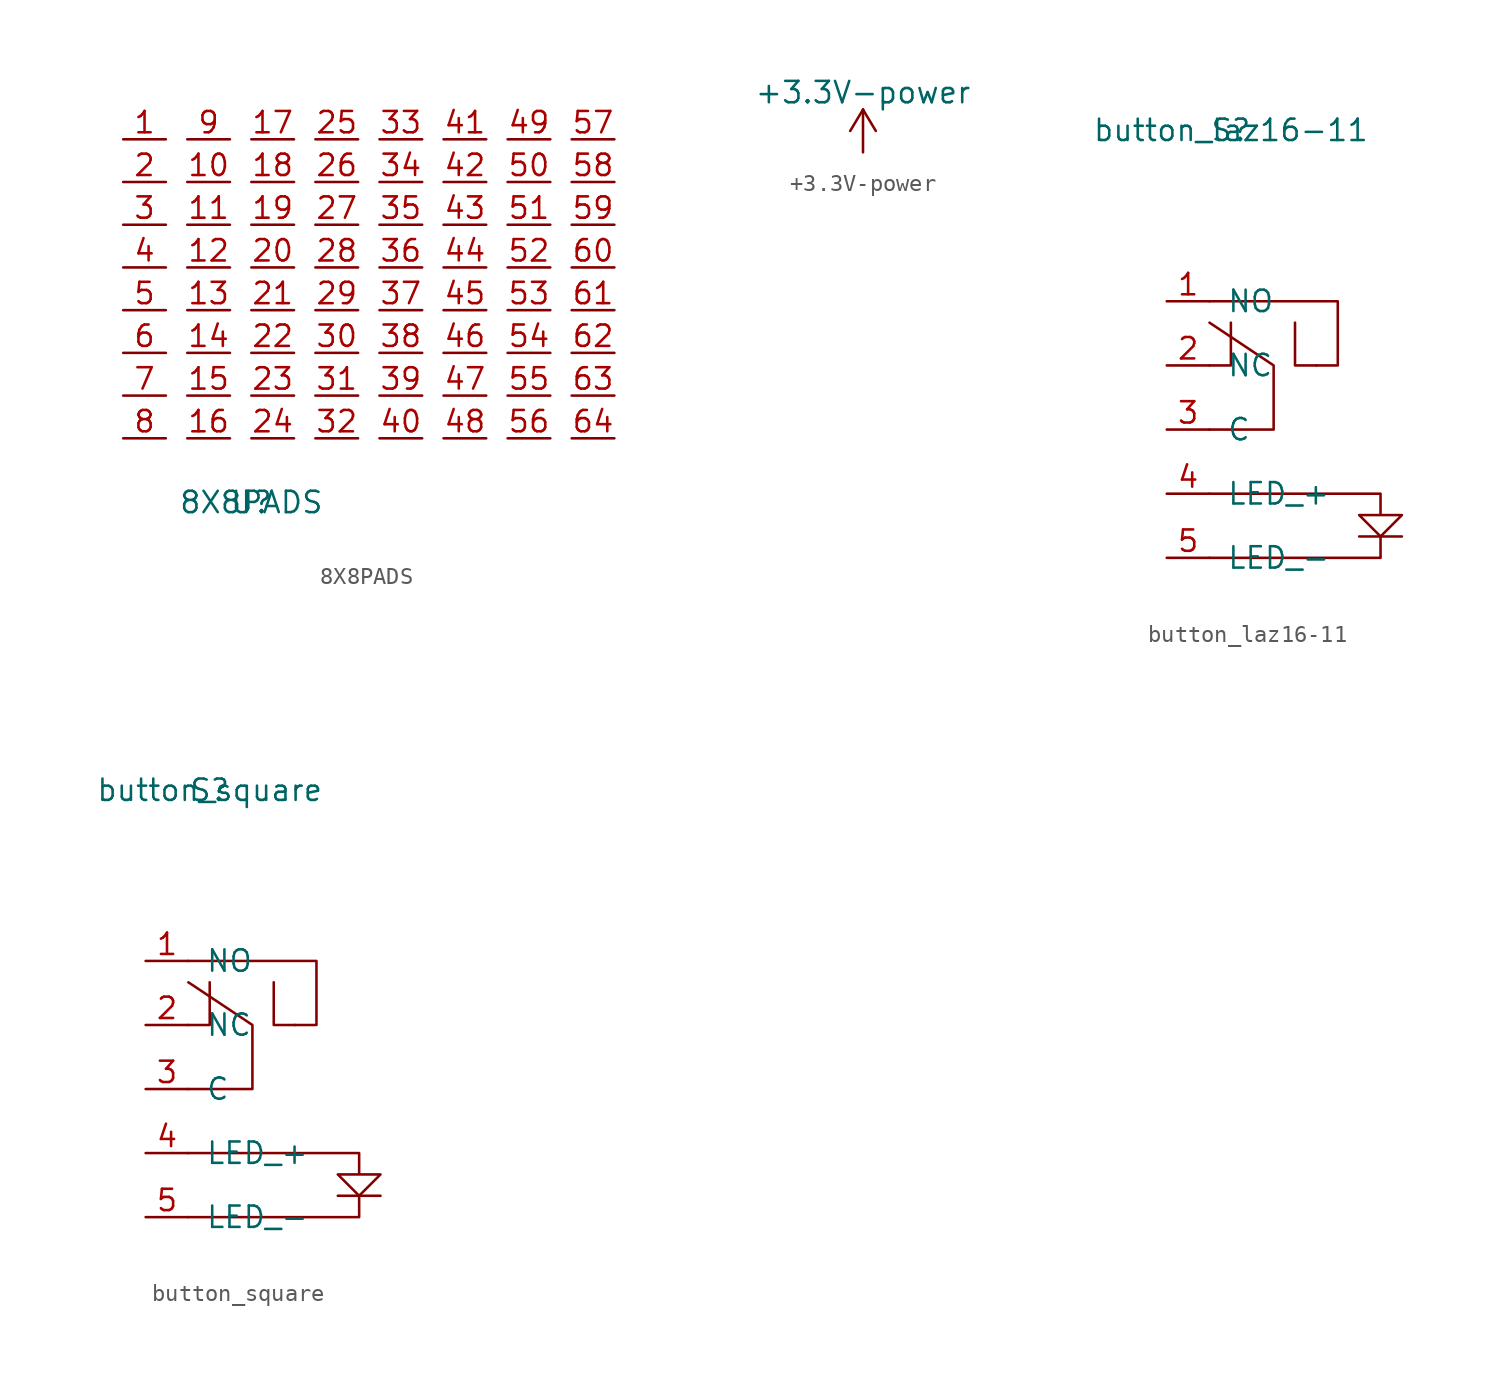
<source format=kicad_sym>
(kicad_symbol_lib
  (version 20211014)
  (generator kicad_symbol_editor)
  (symbol "8X8PADS"
    (pin_names
      (offset 1.016))
    (property "Reference" "U"
      (at 0 0 0)
      (effects (font (size 1.27 1.27))))
    (property "Value" "8X8PADS"
      (at 0 0 0)
      (effects (font (size 1.27 1.27))))
    (symbol "8X8PADS_1_1"
      (pin unspecified line (at -7.62 21.59 0) (length 2.54) (name "~" (effects (font (size 1.27 1.27)))) (number "1" (effects (font (size 1.27 1.27)))))
      (pin unspecified line (at -3.81 19.05 0) (length 2.54) (name "~" (effects (font (size 1.27 1.27)))) (number "10" (effects (font (size 1.27 1.27)))))
      (pin unspecified line (at -3.81 16.51 0) (length 2.54) (name "~" (effects (font (size 1.27 1.27)))) (number "11" (effects (font (size 1.27 1.27)))))
      (pin unspecified line (at -3.81 13.97 0) (length 2.54) (name "~" (effects (font (size 1.27 1.27)))) (number "12" (effects (font (size 1.27 1.27)))))
      (pin unspecified line (at -3.81 11.43 0) (length 2.54) (name "~" (effects (font (size 1.27 1.27)))) (number "13" (effects (font (size 1.27 1.27)))))
      (pin unspecified line (at -3.81 8.89 0) (length 2.54) (name "~" (effects (font (size 1.27 1.27)))) (number "14" (effects (font (size 1.27 1.27)))))
      (pin unspecified line (at -3.81 6.35 0) (length 2.54) (name "~" (effects (font (size 1.27 1.27)))) (number "15" (effects (font (size 1.27 1.27)))))
      (pin unspecified line (at -3.81 3.81 0) (length 2.54) (name "~" (effects (font (size 1.27 1.27)))) (number "16" (effects (font (size 1.27 1.27)))))
      (pin unspecified line (at 0 21.59 0) (length 2.54) (name "~" (effects (font (size 1.27 1.27)))) (number "17" (effects (font (size 1.27 1.27)))))
      (pin unspecified line (at 0 19.05 0) (length 2.54) (name "~" (effects (font (size 1.27 1.27)))) (number "18" (effects (font (size 1.27 1.27)))))
      (pin unspecified line (at 0 16.51 0) (length 2.54) (name "~" (effects (font (size 1.27 1.27)))) (number "19" (effects (font (size 1.27 1.27)))))
      (pin unspecified line (at -7.62 19.05 0) (length 2.54) (name "~" (effects (font (size 1.27 1.27)))) (number "2" (effects (font (size 1.27 1.27)))))
      (pin unspecified line (at 0 13.97 0) (length 2.54) (name "~" (effects (font (size 1.27 1.27)))) (number "20" (effects (font (size 1.27 1.27)))))
      (pin unspecified line (at 0 11.43 0) (length 2.54) (name "~" (effects (font (size 1.27 1.27)))) (number "21" (effects (font (size 1.27 1.27)))))
      (pin unspecified line (at 0 8.89 0) (length 2.54) (name "~" (effects (font (size 1.27 1.27)))) (number "22" (effects (font (size 1.27 1.27)))))
      (pin unspecified line (at 0 6.35 0) (length 2.54) (name "~" (effects (font (size 1.27 1.27)))) (number "23" (effects (font (size 1.27 1.27)))))
      (pin unspecified line (at 0 3.81 0) (length 2.54) (name "~" (effects (font (size 1.27 1.27)))) (number "24" (effects (font (size 1.27 1.27)))))
      (pin unspecified line (at 3.81 21.59 0) (length 2.54) (name "~" (effects (font (size 1.27 1.27)))) (number "25" (effects (font (size 1.27 1.27)))))
      (pin unspecified line (at 3.81 19.05 0) (length 2.54) (name "~" (effects (font (size 1.27 1.27)))) (number "26" (effects (font (size 1.27 1.27)))))
      (pin unspecified line (at 3.81 16.51 0) (length 2.54) (name "~" (effects (font (size 1.27 1.27)))) (number "27" (effects (font (size 1.27 1.27)))))
      (pin unspecified line (at 3.81 13.97 0) (length 2.54) (name "~" (effects (font (size 1.27 1.27)))) (number "28" (effects (font (size 1.27 1.27)))))
      (pin unspecified line (at 3.81 11.43 0) (length 2.54) (name "~" (effects (font (size 1.27 1.27)))) (number "29" (effects (font (size 1.27 1.27)))))
      (pin unspecified line (at -7.62 16.51 0) (length 2.54) (name "~" (effects (font (size 1.27 1.27)))) (number "3" (effects (font (size 1.27 1.27)))))
      (pin unspecified line (at 3.81 8.89 0) (length 2.54) (name "~" (effects (font (size 1.27 1.27)))) (number "30" (effects (font (size 1.27 1.27)))))
      (pin unspecified line (at 3.81 6.35 0) (length 2.54) (name "~" (effects (font (size 1.27 1.27)))) (number "31" (effects (font (size 1.27 1.27)))))
      (pin unspecified line (at 3.81 3.81 0) (length 2.54) (name "~" (effects (font (size 1.27 1.27)))) (number "32" (effects (font (size 1.27 1.27)))))
      (pin unspecified line (at 7.62 21.59 0) (length 2.54) (name "~" (effects (font (size 1.27 1.27)))) (number "33" (effects (font (size 1.27 1.27)))))
      (pin unspecified line (at 7.62 19.05 0) (length 2.54) (name "~" (effects (font (size 1.27 1.27)))) (number "34" (effects (font (size 1.27 1.27)))))
      (pin unspecified line (at 7.62 16.51 0) (length 2.54) (name "~" (effects (font (size 1.27 1.27)))) (number "35" (effects (font (size 1.27 1.27)))))
      (pin unspecified line (at 7.62 13.97 0) (length 2.54) (name "~" (effects (font (size 1.27 1.27)))) (number "36" (effects (font (size 1.27 1.27)))))
      (pin unspecified line (at 7.62 11.43 0) (length 2.54) (name "~" (effects (font (size 1.27 1.27)))) (number "37" (effects (font (size 1.27 1.27)))))
      (pin unspecified line (at 7.62 8.89 0) (length 2.54) (name "~" (effects (font (size 1.27 1.27)))) (number "38" (effects (font (size 1.27 1.27)))))
      (pin unspecified line (at 7.62 6.35 0) (length 2.54) (name "~" (effects (font (size 1.27 1.27)))) (number "39" (effects (font (size 1.27 1.27)))))
      (pin unspecified line (at -7.62 13.97 0) (length 2.54) (name "~" (effects (font (size 1.27 1.27)))) (number "4" (effects (font (size 1.27 1.27)))))
      (pin unspecified line (at 7.62 3.81 0) (length 2.54) (name "~" (effects (font (size 1.27 1.27)))) (number "40" (effects (font (size 1.27 1.27)))))
      (pin unspecified line (at 11.43 21.59 0) (length 2.54) (name "~" (effects (font (size 1.27 1.27)))) (number "41" (effects (font (size 1.27 1.27)))))
      (pin unspecified line (at 11.43 19.05 0) (length 2.54) (name "~" (effects (font (size 1.27 1.27)))) (number "42" (effects (font (size 1.27 1.27)))))
      (pin unspecified line (at 11.43 16.51 0) (length 2.54) (name "~" (effects (font (size 1.27 1.27)))) (number "43" (effects (font (size 1.27 1.27)))))
      (pin unspecified line (at 11.43 13.97 0) (length 2.54) (name "~" (effects (font (size 1.27 1.27)))) (number "44" (effects (font (size 1.27 1.27)))))
      (pin unspecified line (at 11.43 11.43 0) (length 2.54) (name "~" (effects (font (size 1.27 1.27)))) (number "45" (effects (font (size 1.27 1.27)))))
      (pin unspecified line (at 11.43 8.89 0) (length 2.54) (name "~" (effects (font (size 1.27 1.27)))) (number "46" (effects (font (size 1.27 1.27)))))
      (pin unspecified line (at 11.43 6.35 0) (length 2.54) (name "~" (effects (font (size 1.27 1.27)))) (number "47" (effects (font (size 1.27 1.27)))))
      (pin unspecified line (at 11.43 3.81 0) (length 2.54) (name "~" (effects (font (size 1.27 1.27)))) (number "48" (effects (font (size 1.27 1.27)))))
      (pin unspecified line (at 15.24 21.59 0) (length 2.54) (name "~" (effects (font (size 1.27 1.27)))) (number "49" (effects (font (size 1.27 1.27)))))
      (pin unspecified line (at -7.62 11.43 0) (length 2.54) (name "~" (effects (font (size 1.27 1.27)))) (number "5" (effects (font (size 1.27 1.27)))))
      (pin unspecified line (at 15.24 19.05 0) (length 2.54) (name "~" (effects (font (size 1.27 1.27)))) (number "50" (effects (font (size 1.27 1.27)))))
      (pin unspecified line (at 15.24 16.51 0) (length 2.54) (name "~" (effects (font (size 1.27 1.27)))) (number "51" (effects (font (size 1.27 1.27)))))
      (pin unspecified line (at 15.24 13.97 0) (length 2.54) (name "~" (effects (font (size 1.27 1.27)))) (number "52" (effects (font (size 1.27 1.27)))))
      (pin unspecified line (at 15.24 11.43 0) (length 2.54) (name "~" (effects (font (size 1.27 1.27)))) (number "53" (effects (font (size 1.27 1.27)))))
      (pin unspecified line (at 15.24 8.89 0) (length 2.54) (name "~" (effects (font (size 1.27 1.27)))) (number "54" (effects (font (size 1.27 1.27)))))
      (pin unspecified line (at 15.24 6.35 0) (length 2.54) (name "~" (effects (font (size 1.27 1.27)))) (number "55" (effects (font (size 1.27 1.27)))))
      (pin unspecified line (at 15.24 3.81 0) (length 2.54) (name "~" (effects (font (size 1.27 1.27)))) (number "56" (effects (font (size 1.27 1.27)))))
      (pin unspecified line (at 19.05 21.59 0) (length 2.54) (name "~" (effects (font (size 1.27 1.27)))) (number "57" (effects (font (size 1.27 1.27)))))
      (pin unspecified line (at 19.05 19.05 0) (length 2.54) (name "~" (effects (font (size 1.27 1.27)))) (number "58" (effects (font (size 1.27 1.27)))))
      (pin unspecified line (at 19.05 16.51 0) (length 2.54) (name "~" (effects (font (size 1.27 1.27)))) (number "59" (effects (font (size 1.27 1.27)))))
      (pin unspecified line (at -7.62 8.89 0) (length 2.54) (name "~" (effects (font (size 1.27 1.27)))) (number "6" (effects (font (size 1.27 1.27)))))
      (pin unspecified line (at 19.05 13.97 0) (length 2.54) (name "~" (effects (font (size 1.27 1.27)))) (number "60" (effects (font (size 1.27 1.27)))))
      (pin unspecified line (at 19.05 11.43 0) (length 2.54) (name "~" (effects (font (size 1.27 1.27)))) (number "61" (effects (font (size 1.27 1.27)))))
      (pin unspecified line (at 19.05 8.89 0) (length 2.54) (name "~" (effects (font (size 1.27 1.27)))) (number "62" (effects (font (size 1.27 1.27)))))
      (pin unspecified line (at 19.05 6.35 0) (length 2.54) (name "~" (effects (font (size 1.27 1.27)))) (number "63" (effects (font (size 1.27 1.27)))))
      (pin unspecified line (at 19.05 3.81 0) (length 2.54) (name "~" (effects (font (size 1.27 1.27)))) (number "64" (effects (font (size 1.27 1.27)))))
      (pin unspecified line (at -7.62 6.35 0) (length 2.54) (name "~" (effects (font (size 1.27 1.27)))) (number "7" (effects (font (size 1.27 1.27)))))
      (pin unspecified line (at -7.62 3.81 0) (length 2.54) (name "~" (effects (font (size 1.27 1.27)))) (number "8" (effects (font (size 1.27 1.27)))))
      (pin unspecified line (at -3.81 21.59 0) (length 2.54) (name "~" (effects (font (size 1.27 1.27)))) (number "9" (effects (font (size 1.27 1.27)))))))
  (symbol "+3.3V-power"
    (power)
    (pin_names
      (offset 0))
    (property "Reference" "#PWR"
      (at 0 -3.81 0)
      (effects (font (size 1.27 1.27)) hide))
    (property "Value" "+3.3V-power"
      (at 0 3.556 0)
      (effects (font (size 1.27 1.27))))
    (symbol "+3.3V-power_0_1"
      (polyline (pts (xy -0.762 1.27) (xy 0 2.54)) (stroke (width 0) (type default) (color 0 0 0 0)) (fill (type none)))
      (polyline (pts (xy 0 0) (xy 0 2.54)) (stroke (width 0) (type default) (color 0 0 0 0)) (fill (type none)))
      (polyline (pts (xy 0 2.54) (xy 0.762 1.27)) (stroke (width 0) (type default) (color 0 0 0 0)) (fill (type none))))
    (symbol "+3.3V-power_1_1"
      (pin power_in line (at 0 0 90) (length 0) hide (name "+3V3" (effects (font (size 1.27 1.27)))) (number "1" (effects (font (size 1.27 1.27)))))))
  (symbol "button_laz16-11"
    (pin_names
      (offset 1.016))
    (property "Reference" "S"
      (at -1.27 6.35 0)
      (effects (font (size 1.27 1.27))))
    (property "Value" "button_laz16-11"
      (at -1.27 6.35 0)
      (effects (font (size 1.27 1.27))))
    (symbol "button_laz16-11_0_1"
      (polyline (pts (xy 6.35 -17.78) (xy 8.89 -17.78)) (stroke (width 0) (type default) (color 0 0 0 0)) (fill (type none)))
      (polyline (pts (xy 3.81 -7.62) (xy 2.54 -7.62) (xy 2.54 -5.08)) (stroke (width 0) (type default) (color 0 0 0 0)) (fill (type none)))
      (polyline (pts (xy -2.54 -11.43) (xy 1.27 -11.43) (xy 1.27 -7.62) (xy -2.54 -5.08)) (stroke (width 0) (type default) (color 0 0 0 0)) (fill (type none)))
      (polyline (pts (xy -2.54 -3.81) (xy 5.08 -3.81) (xy 5.08 -7.62) (xy 3.81 -7.62)) (stroke (width 0) (type default) (color 0 0 0 0)) (fill (type none)))
      (polyline (pts (xy -1.27 -5.08) (xy -1.27 -7.62) (xy -2.54 -7.62) (xy -1.27 -7.62)) (stroke (width 0) (type default) (color 0 0 0 0)) (fill (type none)))
      (polyline (pts (xy 7.62 -17.78) (xy 7.62 -19.05) (xy -2.54 -19.05) (xy 2.54 -19.05)) (stroke (width 0) (type default) (color 0 0 0 0)) (fill (type none)))
      (polyline (pts (xy -2.54 -15.24) (xy 7.62 -15.24) (xy 7.62 -16.51) (xy 6.35 -16.51) (xy 7.62 -17.78) (xy 8.89 -16.51) (xy 7.62 -16.51)) (stroke (width 0) (type default) (color 0 0 0 0)) (fill (type none))))
    (symbol "button_laz16-11_1_1"
      (pin input line (at -5.08 -3.81 0) (length 2.54) (name "NO" (effects (font (size 1.27 1.27)))) (number "1" (effects (font (size 1.27 1.27)))))
      (pin input line (at -5.08 -7.62 0) (length 2.54) (name "NC" (effects (font (size 1.27 1.27)))) (number "2" (effects (font (size 1.27 1.27)))))
      (pin input line (at -5.08 -11.43 0) (length 2.54) (name "C" (effects (font (size 1.27 1.27)))) (number "3" (effects (font (size 1.27 1.27)))))
      (pin input line (at -5.08 -15.24 0) (length 2.54) (name "LED_+" (effects (font (size 1.27 1.27)))) (number "4" (effects (font (size 1.27 1.27)))))
      (pin input line (at -5.08 -19.05 0) (length 2.54) (name "LED_-" (effects (font (size 1.27 1.27)))) (number "5" (effects (font (size 1.27 1.27)))))))
  (symbol "button_square"
    (pin_names
      (offset 1.016))
    (property "Reference" "S"
      (at -1.27 6.35 0)
      (effects (font (size 1.27 1.27))))
    (property "Value" "button_square"
      (at -1.27 6.35 0)
      (effects (font (size 1.27 1.27))))
    (symbol "button_square_0_1"
      (polyline (pts (xy 6.35 -17.78) (xy 8.89 -17.78)) (stroke (width 0) (type default) (color 0 0 0 0)) (fill (type none)))
      (polyline (pts (xy 3.81 -7.62) (xy 2.54 -7.62) (xy 2.54 -5.08)) (stroke (width 0) (type default) (color 0 0 0 0)) (fill (type none)))
      (polyline (pts (xy -2.54 -11.43) (xy 1.27 -11.43) (xy 1.27 -7.62) (xy -2.54 -5.08)) (stroke (width 0) (type default) (color 0 0 0 0)) (fill (type none)))
      (polyline (pts (xy -2.54 -3.81) (xy 5.08 -3.81) (xy 5.08 -7.62) (xy 3.81 -7.62)) (stroke (width 0) (type default) (color 0 0 0 0)) (fill (type none)))
      (polyline (pts (xy -1.27 -5.08) (xy -1.27 -7.62) (xy -2.54 -7.62) (xy -1.27 -7.62)) (stroke (width 0) (type default) (color 0 0 0 0)) (fill (type none)))
      (polyline (pts (xy 7.62 -17.78) (xy 7.62 -19.05) (xy -2.54 -19.05) (xy 2.54 -19.05)) (stroke (width 0) (type default) (color 0 0 0 0)) (fill (type none)))
      (polyline (pts (xy -2.54 -15.24) (xy 7.62 -15.24) (xy 7.62 -16.51) (xy 6.35 -16.51) (xy 7.62 -17.78) (xy 8.89 -16.51) (xy 7.62 -16.51)) (stroke (width 0) (type default) (color 0 0 0 0)) (fill (type none))))
    (symbol "button_square_1_1"
      (pin input line (at -5.08 -3.81 0) (length 2.54) (name "NO" (effects (font (size 1.27 1.27)))) (number "1" (effects (font (size 1.27 1.27)))))
      (pin input line (at -5.08 -7.62 0) (length 2.54) (name "NC" (effects (font (size 1.27 1.27)))) (number "2" (effects (font (size 1.27 1.27)))))
      (pin input line (at -5.08 -11.43 0) (length 2.54) (name "C" (effects (font (size 1.27 1.27)))) (number "3" (effects (font (size 1.27 1.27)))))
      (pin input line (at -5.08 -15.24 0) (length 2.54) (name "LED_+" (effects (font (size 1.27 1.27)))) (number "4" (effects (font (size 1.27 1.27)))))
      (pin input line (at -5.08 -19.05 0) (length 2.54) (name "LED_-" (effects (font (size 1.27 1.27)))) (number "5" (effects (font (size 1.27 1.27))))))))
</source>
